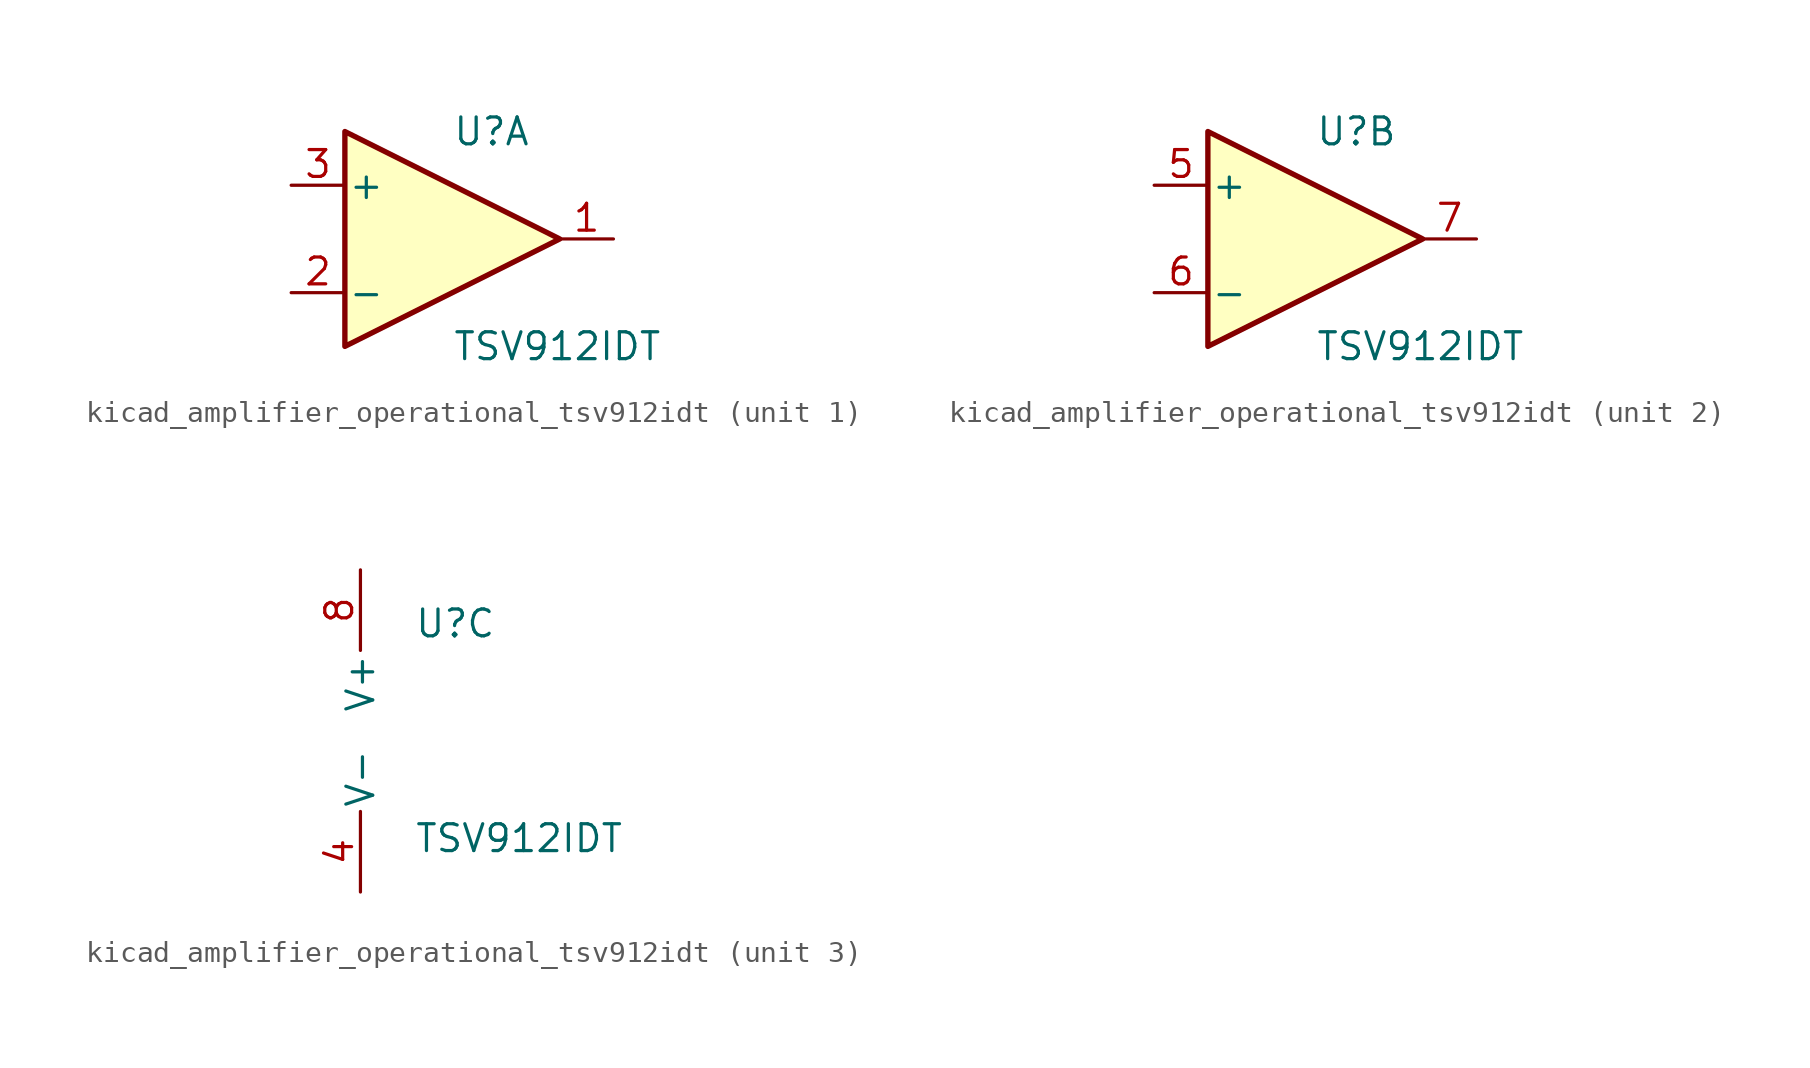
<source format=kicad_sym>
(kicad_symbol_lib
  (version 20220914)
  (generator kicad_symbol_editor)
  (symbol "kicad_amplifier_operational_tsv912idt"
    (pin_names
      (offset 0.127))
    (property "Reference" "U"
      (at 0 5.08 0)
      (effects (font (size 1.27 1.27)) (justify left)))
    (property "Value" "TSV912IDT"
      (at 0 -5.08 0)
      (effects (font (size 1.27 1.27)) (justify left)))
    (property "ki_locked" ""
      (at 0 0 0)
      (effects (font (size 1.27 1.27))))
    (symbol "kicad_amplifier_operational_tsv912idt_1_1"
      (polyline (pts (xy -5.08 5.08) (xy 5.08 0) (xy -5.08 -5.08) (xy -5.08 5.08)) (stroke (width 0.254) (type default)) (fill (type background)))
      (pin output line (at 7.62 0 180) (length 2.54) (name "~" (effects (font (size 1.27 1.27)))) (number "1" (effects (font (size 1.27 1.27)))))
      (pin input line (at -7.62 -2.54 0) (length 2.54) (name "-" (effects (font (size 1.27 1.27)))) (number "2" (effects (font (size 1.27 1.27)))))
      (pin input line (at -7.62 2.54 0) (length 2.54) (name "+" (effects (font (size 1.27 1.27)))) (number "3" (effects (font (size 1.27 1.27))))))
    (symbol "kicad_amplifier_operational_tsv912idt_2_1"
      (polyline (pts (xy -5.08 5.08) (xy 5.08 0) (xy -5.08 -5.08) (xy -5.08 5.08)) (stroke (width 0.254) (type default)) (fill (type background)))
      (pin input line (at -7.62 2.54 0) (length 2.54) (name "+" (effects (font (size 1.27 1.27)))) (number "5" (effects (font (size 1.27 1.27)))))
      (pin input line (at -7.62 -2.54 0) (length 2.54) (name "-" (effects (font (size 1.27 1.27)))) (number "6" (effects (font (size 1.27 1.27)))))
      (pin output line (at 7.62 0 180) (length 2.54) (name "~" (effects (font (size 1.27 1.27)))) (number "7" (effects (font (size 1.27 1.27))))))
    (symbol "kicad_amplifier_operational_tsv912idt_3_1"
      (pin power_in line (at -2.54 -7.62 90) (length 3.81) (name "V-" (effects (font (size 1.27 1.27)))) (number "4" (effects (font (size 1.27 1.27)))))
      (pin power_in line (at -2.54 7.62 270) (length 3.81) (name "V+" (effects (font (size 1.27 1.27)))) (number "8" (effects (font (size 1.27 1.27))))))))
</source>
